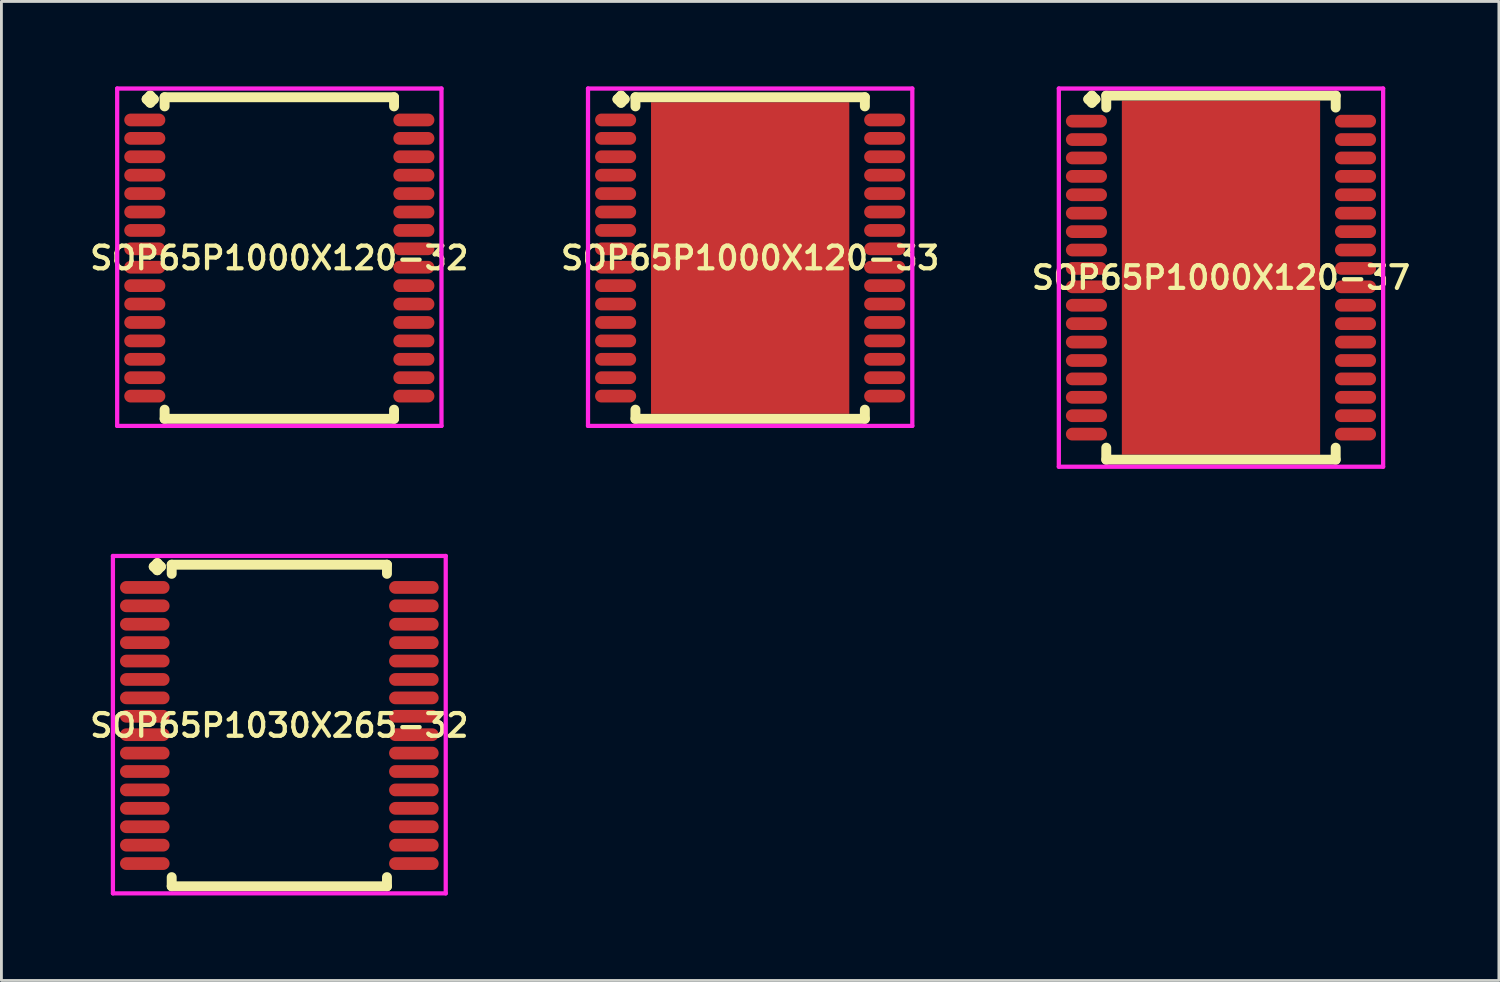
<source format=kicad_pcb>
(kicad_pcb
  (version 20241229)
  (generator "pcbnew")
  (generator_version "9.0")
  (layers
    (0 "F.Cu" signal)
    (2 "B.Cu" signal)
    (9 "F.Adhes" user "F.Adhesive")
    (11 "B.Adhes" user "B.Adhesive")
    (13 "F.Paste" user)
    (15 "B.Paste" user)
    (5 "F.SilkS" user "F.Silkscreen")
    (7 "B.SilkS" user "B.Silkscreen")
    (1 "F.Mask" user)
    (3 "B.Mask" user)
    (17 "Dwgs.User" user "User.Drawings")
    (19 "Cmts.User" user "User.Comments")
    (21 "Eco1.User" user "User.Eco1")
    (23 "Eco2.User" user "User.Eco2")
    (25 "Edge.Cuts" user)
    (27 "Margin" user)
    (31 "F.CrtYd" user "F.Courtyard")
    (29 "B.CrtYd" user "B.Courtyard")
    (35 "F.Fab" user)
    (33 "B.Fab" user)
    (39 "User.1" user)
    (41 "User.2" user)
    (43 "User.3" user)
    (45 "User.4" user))
  (footprint "SOP65P1030X265-32"
    (layer "F.Cu")
    (at 6.812 22.564)
    (property "Reference" "SOP65P1030X265-32" (at 0 0 0) (layer "F.SilkS") (effects (font (size 0.8 0.8) (thickness 0.15))))
    (attr smd)
    (fp_line (start -4.435 -5.608) (end -4.308 -5.735) (stroke (width 0.35) (type solid)) (layer "F.SilkS"))
    (fp_line (start -4.308 -5.735) (end -4.181 -5.608) (stroke (width 0.35) (type solid)) (layer "F.SilkS"))
    (fp_line (start -4.308 -5.481) (end -4.435 -5.608) (stroke (width 0.35) (type solid)) (layer "F.SilkS"))
    (fp_line (start -4.181 -5.608) (end -4.308 -5.481) (stroke (width 0.35) (type solid)) (layer "F.SilkS"))
    (fp_line (start -3.8 -5.677) (end 3.8 -5.677) (stroke (width 0.35) (type solid)) (layer "F.SilkS"))
    (fp_line (start -3.8 -5.354) (end -3.8 -5.677) (stroke (width 0.35) (type solid)) (layer "F.SilkS"))
    (fp_line (start -3.8 5.354) (end -3.8 5.677) (stroke (width 0.35) (type solid)) (layer "F.SilkS"))
    (fp_line (start -3.8 5.677) (end 3.8 5.677) (stroke (width 0.35) (type solid)) (layer "F.SilkS"))
    (fp_line (start 3.8 -5.677) (end 3.8 -5.354) (stroke (width 0.35) (type solid)) (layer "F.SilkS"))
    (fp_line (start 3.8 5.677) (end 3.8 5.354) (stroke (width 0.35) (type solid)) (layer "F.SilkS"))
    (fp_line (start -5.875 -5.985) (end 5.875 -5.985) (stroke (width 0.15) (type solid)) (layer "F.CrtYd"))
    (fp_line (start -5.875 5.927) (end -5.875 -5.985) (stroke (width 0.15) (type solid)) (layer "F.CrtYd"))
    (fp_line (start 5.875 -5.985) (end 5.875 5.927) (stroke (width 0.15) (type solid)) (layer "F.CrtYd"))
    (fp_line (start 5.875 5.927) (end -5.875 5.927) (stroke (width 0.15) (type solid)) (layer "F.CrtYd"))
    (pad "1" smd oval (at -4.75 -4.875) (size 1.75 0.45) (layers "F.Cu" "F.Mask" "F.Paste"))
    (pad "2" smd oval (at -4.75 -4.225) (size 1.75 0.45) (layers "F.Cu" "F.Mask" "F.Paste"))
    (pad "3" smd oval (at -4.75 -3.575) (size 1.75 0.45) (layers "F.Cu" "F.Mask" "F.Paste"))
    (pad "4" smd oval (at -4.75 -2.925) (size 1.75 0.45) (layers "F.Cu" "F.Mask" "F.Paste"))
    (pad "5" smd oval (at -4.75 -2.275) (size 1.75 0.45) (layers "F.Cu" "F.Mask" "F.Paste"))
    (pad "6" smd oval (at -4.75 -1.625) (size 1.75 0.45) (layers "F.Cu" "F.Mask" "F.Paste"))
    (pad "7" smd oval (at -4.75 -0.975) (size 1.75 0.45) (layers "F.Cu" "F.Mask" "F.Paste"))
    (pad "8" smd oval (at -4.75 -0.325) (size 1.75 0.45) (layers "F.Cu" "F.Mask" "F.Paste"))
    (pad "9" smd oval (at -4.75 0.325) (size 1.75 0.45) (layers "F.Cu" "F.Mask" "F.Paste"))
    (pad "10" smd oval (at -4.75 0.975) (size 1.75 0.45) (layers "F.Cu" "F.Mask" "F.Paste"))
    (pad "11" smd oval (at -4.75 1.625) (size 1.75 0.45) (layers "F.Cu" "F.Mask" "F.Paste"))
    (pad "12" smd oval (at -4.75 2.275) (size 1.75 0.45) (layers "F.Cu" "F.Mask" "F.Paste"))
    (pad "13" smd oval (at -4.75 2.925) (size 1.75 0.45) (layers "F.Cu" "F.Mask" "F.Paste"))
    (pad "14" smd oval (at -4.75 3.575) (size 1.75 0.45) (layers "F.Cu" "F.Mask" "F.Paste"))
    (pad "15" smd oval (at -4.75 4.225) (size 1.75 0.45) (layers "F.Cu" "F.Mask" "F.Paste"))
    (pad "16" smd oval (at -4.75 4.875) (size 1.75 0.45) (layers "F.Cu" "F.Mask" "F.Paste"))
    (pad "17" smd oval (at 4.75 4.875) (size 1.75 0.45) (layers "F.Cu" "F.Mask" "F.Paste"))
    (pad "18" smd oval (at 4.75 4.225) (size 1.75 0.45) (layers "F.Cu" "F.Mask" "F.Paste"))
    (pad "19" smd oval (at 4.75 3.575) (size 1.75 0.45) (layers "F.Cu" "F.Mask" "F.Paste"))
    (pad "20" smd oval (at 4.75 2.925) (size 1.75 0.45) (layers "F.Cu" "F.Mask" "F.Paste"))
    (pad "21" smd oval (at 4.75 2.275) (size 1.75 0.45) (layers "F.Cu" "F.Mask" "F.Paste"))
    (pad "22" smd oval (at 4.75 1.625) (size 1.75 0.45) (layers "F.Cu" "F.Mask" "F.Paste"))
    (pad "23" smd oval (at 4.75 0.975) (size 1.75 0.45) (layers "F.Cu" "F.Mask" "F.Paste"))
    (pad "24" smd oval (at 4.75 0.325) (size 1.75 0.45) (layers "F.Cu" "F.Mask" "F.Paste"))
    (pad "25" smd oval (at 4.75 -0.325) (size 1.75 0.45) (layers "F.Cu" "F.Mask" "F.Paste"))
    (pad "26" smd oval (at 4.75 -0.975) (size 1.75 0.45) (layers "F.Cu" "F.Mask" "F.Paste"))
    (pad "27" smd oval (at 4.75 -1.625) (size 1.75 0.45) (layers "F.Cu" "F.Mask" "F.Paste"))
    (pad "28" smd oval (at 4.75 -2.275) (size 1.75 0.45) (layers "F.Cu" "F.Mask" "F.Paste"))
    (pad "29" smd oval (at 4.75 -2.925) (size 1.75 0.45) (layers "F.Cu" "F.Mask" "F.Paste"))
    (pad "30" smd oval (at 4.75 -3.575) (size 1.75 0.45) (layers "F.Cu" "F.Mask" "F.Paste"))
    (pad "31" smd oval (at 4.75 -4.225) (size 1.75 0.45) (layers "F.Cu" "F.Mask" "F.Paste"))
    (pad "32" smd oval (at 4.75 -4.875) (size 1.75 0.45) (layers "F.Cu" "F.Mask" "F.Paste")))
  (footprint "SOP65P1000X120-33"
    (layer "F.Cu")
    (at 23.435 6.06)
    (property "Reference" "SOP65P1000X120-33" (at 0 0 0) (layer "F.SilkS") (effects (font (size 0.8 0.8) (thickness 0.15))))
    (attr smd)
    (fp_line (start -4.685 -5.608) (end -4.558 -5.735) (stroke (width 0.35) (type solid)) (layer "F.SilkS"))
    (fp_line (start -4.558 -5.735) (end -4.431 -5.608) (stroke (width 0.35) (type solid)) (layer "F.SilkS"))
    (fp_line (start -4.558 -5.481) (end -4.685 -5.608) (stroke (width 0.35) (type solid)) (layer "F.SilkS"))
    (fp_line (start -4.431 -5.608) (end -4.558 -5.481) (stroke (width 0.35) (type solid)) (layer "F.SilkS"))
    (fp_line (start -4.05 -5.677) (end 4.05 -5.677) (stroke (width 0.35) (type solid)) (layer "F.SilkS"))
    (fp_line (start -4.05 -5.354) (end -4.05 -5.677) (stroke (width 0.35) (type solid)) (layer "F.SilkS"))
    (fp_line (start -4.05 5.354) (end -4.05 5.677) (stroke (width 0.35) (type solid)) (layer "F.SilkS"))
    (fp_line (start -4.05 5.677) (end 4.05 5.677) (stroke (width 0.35) (type solid)) (layer "F.SilkS"))
    (fp_line (start 4.05 -5.677) (end 4.05 -5.354) (stroke (width 0.35) (type solid)) (layer "F.SilkS"))
    (fp_line (start 4.05 5.677) (end 4.05 5.354) (stroke (width 0.35) (type solid)) (layer "F.SilkS"))
    (fp_line (start -5.725 -5.985) (end 5.725 -5.985) (stroke (width 0.15) (type solid)) (layer "F.CrtYd"))
    (fp_line (start -5.725 5.927) (end -5.725 -5.985) (stroke (width 0.15) (type solid)) (layer "F.CrtYd"))
    (fp_line (start 5.725 -5.985) (end 5.725 5.927) (stroke (width 0.15) (type solid)) (layer "F.CrtYd"))
    (fp_line (start 5.725 5.927) (end -5.725 5.927) (stroke (width 0.15) (type solid)) (layer "F.CrtYd"))
    (pad "1" smd oval (at -4.75 -4.875) (size 1.45 0.45) (layers "F.Cu" "F.Mask" "F.Paste"))
    (pad "2" smd oval (at -4.75 -4.225) (size 1.45 0.45) (layers "F.Cu" "F.Mask" "F.Paste"))
    (pad "3" smd oval (at -4.75 -3.575) (size 1.45 0.45) (layers "F.Cu" "F.Mask" "F.Paste"))
    (pad "4" smd oval (at -4.75 -2.925) (size 1.45 0.45) (layers "F.Cu" "F.Mask" "F.Paste"))
    (pad "5" smd oval (at -4.75 -2.275) (size 1.45 0.45) (layers "F.Cu" "F.Mask" "F.Paste"))
    (pad "6" smd oval (at -4.75 -1.625) (size 1.45 0.45) (layers "F.Cu" "F.Mask" "F.Paste"))
    (pad "7" smd oval (at -4.75 -0.975) (size 1.45 0.45) (layers "F.Cu" "F.Mask" "F.Paste"))
    (pad "8" smd oval (at -4.75 -0.325) (size 1.45 0.45) (layers "F.Cu" "F.Mask" "F.Paste"))
    (pad "9" smd oval (at -4.75 0.325) (size 1.45 0.45) (layers "F.Cu" "F.Mask" "F.Paste"))
    (pad "10" smd oval (at -4.75 0.975) (size 1.45 0.45) (layers "F.Cu" "F.Mask" "F.Paste"))
    (pad "11" smd oval (at -4.75 1.625) (size 1.45 0.45) (layers "F.Cu" "F.Mask" "F.Paste"))
    (pad "12" smd oval (at -4.75 2.275) (size 1.45 0.45) (layers "F.Cu" "F.Mask" "F.Paste"))
    (pad "13" smd oval (at -4.75 2.925) (size 1.45 0.45) (layers "F.Cu" "F.Mask" "F.Paste"))
    (pad "14" smd oval (at -4.75 3.575) (size 1.45 0.45) (layers "F.Cu" "F.Mask" "F.Paste"))
    (pad "15" smd oval (at -4.75 4.225) (size 1.45 0.45) (layers "F.Cu" "F.Mask" "F.Paste"))
    (pad "16" smd oval (at -4.75 4.875) (size 1.45 0.45) (layers "F.Cu" "F.Mask" "F.Paste"))
    (pad "17" smd oval (at 4.75 4.875) (size 1.45 0.45) (layers "F.Cu" "F.Mask" "F.Paste"))
    (pad "18" smd oval (at 4.75 4.225) (size 1.45 0.45) (layers "F.Cu" "F.Mask" "F.Paste"))
    (pad "19" smd oval (at 4.75 3.575) (size 1.45 0.45) (layers "F.Cu" "F.Mask" "F.Paste"))
    (pad "20" smd oval (at 4.75 2.925) (size 1.45 0.45) (layers "F.Cu" "F.Mask" "F.Paste"))
    (pad "21" smd oval (at 4.75 2.275) (size 1.45 0.45) (layers "F.Cu" "F.Mask" "F.Paste"))
    (pad "22" smd oval (at 4.75 1.625) (size 1.45 0.45) (layers "F.Cu" "F.Mask" "F.Paste"))
    (pad "23" smd oval (at 4.75 0.975) (size 1.45 0.45) (layers "F.Cu" "F.Mask" "F.Paste"))
    (pad "24" smd oval (at 4.75 0.325) (size 1.45 0.45) (layers "F.Cu" "F.Mask" "F.Paste"))
    (pad "25" smd oval (at 4.75 -0.325) (size 1.45 0.45) (layers "F.Cu" "F.Mask" "F.Paste"))
    (pad "26" smd oval (at 4.75 -0.975) (size 1.45 0.45) (layers "F.Cu" "F.Mask" "F.Paste"))
    (pad "27" smd oval (at 4.75 -1.625) (size 1.45 0.45) (layers "F.Cu" "F.Mask" "F.Paste"))
    (pad "28" smd oval (at 4.75 -2.275) (size 1.45 0.45) (layers "F.Cu" "F.Mask" "F.Paste"))
    (pad "29" smd oval (at 4.75 -2.925) (size 1.45 0.45) (layers "F.Cu" "F.Mask" "F.Paste"))
    (pad "30" smd oval (at 4.75 -3.575) (size 1.45 0.45) (layers "F.Cu" "F.Mask" "F.Paste"))
    (pad "31" smd oval (at 4.75 -4.225) (size 1.45 0.45) (layers "F.Cu" "F.Mask" "F.Paste"))
    (pad "32" smd oval (at 4.75 -4.875) (size 1.45 0.45) (layers "F.Cu" "F.Mask" "F.Paste"))
    (pad "33" smd rect (at 0 0) (size 7 11) (layers "F.Cu" "F.Mask" "F.Paste")))
  (footprint "SOP65P1000X120-37"
    (layer "F.Cu")
    (at 40.058 6.752)
    (property "Reference" "SOP65P1000X120-37" (at 0 0 0) (layer "F.SilkS") (effects (font (size 0.8 0.8) (thickness 0.15))))
    (attr smd)
    (fp_line (start -4.685 -6.3) (end -4.558 -6.427) (stroke (width 0.35) (type solid)) (layer "F.SilkS"))
    (fp_line (start -4.558 -6.427) (end -4.431 -6.3) (stroke (width 0.35) (type solid)) (layer "F.SilkS"))
    (fp_line (start -4.558 -6.173) (end -4.685 -6.3) (stroke (width 0.35) (type solid)) (layer "F.SilkS"))
    (fp_line (start -4.431 -6.3) (end -4.558 -6.173) (stroke (width 0.35) (type solid)) (layer "F.SilkS"))
    (fp_line (start -4.05 -6.427) (end 4.05 -6.427) (stroke (width 0.35) (type solid)) (layer "F.SilkS"))
    (fp_line (start -4.05 -6.004) (end -4.05 -6.427) (stroke (width 0.35) (type solid)) (layer "F.SilkS"))
    (fp_line (start -4.05 6.004) (end -4.05 6.427) (stroke (width 0.35) (type solid)) (layer "F.SilkS"))
    (fp_line (start -4.05 6.427) (end 4.05 6.427) (stroke (width 0.35) (type solid)) (layer "F.SilkS"))
    (fp_line (start 4.05 -6.427) (end 4.05 -6.004) (stroke (width 0.35) (type solid)) (layer "F.SilkS"))
    (fp_line (start 4.05 6.427) (end 4.05 6.004) (stroke (width 0.35) (type solid)) (layer "F.SilkS"))
    (fp_line (start -5.725 -6.677) (end 5.725 -6.677) (stroke (width 0.15) (type solid)) (layer "F.CrtYd"))
    (fp_line (start -5.725 6.677) (end -5.725 -6.677) (stroke (width 0.15) (type solid)) (layer "F.CrtYd"))
    (fp_line (start 5.725 -6.677) (end 5.725 6.677) (stroke (width 0.15) (type solid)) (layer "F.CrtYd"))
    (fp_line (start 5.725 6.677) (end -5.725 6.677) (stroke (width 0.15) (type solid)) (layer "F.CrtYd"))
    (pad "1" smd oval (at -4.75 -5.525) (size 1.45 0.45) (layers "F.Cu" "F.Mask" "F.Paste"))
    (pad "2" smd oval (at -4.75 -4.875) (size 1.45 0.45) (layers "F.Cu" "F.Mask" "F.Paste"))
    (pad "3" smd oval (at -4.75 -4.225) (size 1.45 0.45) (layers "F.Cu" "F.Mask" "F.Paste"))
    (pad "4" smd oval (at -4.75 -3.575) (size 1.45 0.45) (layers "F.Cu" "F.Mask" "F.Paste"))
    (pad "5" smd oval (at -4.75 -2.925) (size 1.45 0.45) (layers "F.Cu" "F.Mask" "F.Paste"))
    (pad "6" smd oval (at -4.75 -2.275) (size 1.45 0.45) (layers "F.Cu" "F.Mask" "F.Paste"))
    (pad "7" smd oval (at -4.75 -1.625) (size 1.45 0.45) (layers "F.Cu" "F.Mask" "F.Paste"))
    (pad "8" smd oval (at -4.75 -0.975) (size 1.45 0.45) (layers "F.Cu" "F.Mask" "F.Paste"))
    (pad "9" smd oval (at -4.75 -0.325) (size 1.45 0.45) (layers "F.Cu" "F.Mask" "F.Paste"))
    (pad "10" smd oval (at -4.75 0.325) (size 1.45 0.45) (layers "F.Cu" "F.Mask" "F.Paste"))
    (pad "11" smd oval (at -4.75 0.975) (size 1.45 0.45) (layers "F.Cu" "F.Mask" "F.Paste"))
    (pad "12" smd oval (at -4.75 1.625) (size 1.45 0.45) (layers "F.Cu" "F.Mask" "F.Paste"))
    (pad "13" smd oval (at -4.75 2.275) (size 1.45 0.45) (layers "F.Cu" "F.Mask" "F.Paste"))
    (pad "14" smd oval (at -4.75 2.925) (size 1.45 0.45) (layers "F.Cu" "F.Mask" "F.Paste"))
    (pad "15" smd oval (at -4.75 3.575) (size 1.45 0.45) (layers "F.Cu" "F.Mask" "F.Paste"))
    (pad "16" smd oval (at -4.75 4.225) (size 1.45 0.45) (layers "F.Cu" "F.Mask" "F.Paste"))
    (pad "17" smd oval (at -4.75 4.875) (size 1.45 0.45) (layers "F.Cu" "F.Mask" "F.Paste"))
    (pad "18" smd oval (at -4.75 5.525) (size 1.45 0.45) (layers "F.Cu" "F.Mask" "F.Paste"))
    (pad "19" smd oval (at 4.75 5.525) (size 1.45 0.45) (layers "F.Cu" "F.Mask" "F.Paste"))
    (pad "20" smd oval (at 4.75 4.875) (size 1.45 0.45) (layers "F.Cu" "F.Mask" "F.Paste"))
    (pad "21" smd oval (at 4.75 4.225) (size 1.45 0.45) (layers "F.Cu" "F.Mask" "F.Paste"))
    (pad "22" smd oval (at 4.75 3.575) (size 1.45 0.45) (layers "F.Cu" "F.Mask" "F.Paste"))
    (pad "23" smd oval (at 4.75 2.925) (size 1.45 0.45) (layers "F.Cu" "F.Mask" "F.Paste"))
    (pad "24" smd oval (at 4.75 2.275) (size 1.45 0.45) (layers "F.Cu" "F.Mask" "F.Paste"))
    (pad "25" smd oval (at 4.75 1.625) (size 1.45 0.45) (layers "F.Cu" "F.Mask" "F.Paste"))
    (pad "26" smd oval (at 4.75 0.975) (size 1.45 0.45) (layers "F.Cu" "F.Mask" "F.Paste"))
    (pad "27" smd oval (at 4.75 0.325) (size 1.45 0.45) (layers "F.Cu" "F.Mask" "F.Paste"))
    (pad "28" smd oval (at 4.75 -0.325) (size 1.45 0.45) (layers "F.Cu" "F.Mask" "F.Paste"))
    (pad "29" smd oval (at 4.75 -0.975) (size 1.45 0.45) (layers "F.Cu" "F.Mask" "F.Paste"))
    (pad "30" smd oval (at 4.75 -1.625) (size 1.45 0.45) (layers "F.Cu" "F.Mask" "F.Paste"))
    (pad "31" smd oval (at 4.75 -2.275) (size 1.45 0.45) (layers "F.Cu" "F.Mask" "F.Paste"))
    (pad "32" smd oval (at 4.75 -2.925) (size 1.45 0.45) (layers "F.Cu" "F.Mask" "F.Paste"))
    (pad "33" smd oval (at 4.75 -3.575) (size 1.45 0.45) (layers "F.Cu" "F.Mask" "F.Paste"))
    (pad "34" smd oval (at 4.75 -4.225) (size 1.45 0.45) (layers "F.Cu" "F.Mask" "F.Paste"))
    (pad "35" smd oval (at 4.75 -4.875) (size 1.45 0.45) (layers "F.Cu" "F.Mask" "F.Paste"))
    (pad "36" smd oval (at 4.75 -5.525) (size 1.45 0.45) (layers "F.Cu" "F.Mask" "F.Paste"))
    (pad "37" smd rect (at 0 0) (size 7 12.5) (layers "F.Cu" "F.Mask" "F.Paste")))
  (footprint "SOP65P1000X120-32"
    (layer "F.Cu")
    (at 6.812 6.06)
    (property "Reference" "SOP65P1000X120-32" (at 0 0 0) (layer "F.SilkS") (effects (font (size 0.8 0.8) (thickness 0.15))))
    (attr smd)
    (fp_line (start -4.685 -5.608) (end -4.558 -5.735) (stroke (width 0.35) (type solid)) (layer "F.SilkS"))
    (fp_line (start -4.558 -5.735) (end -4.431 -5.608) (stroke (width 0.35) (type solid)) (layer "F.SilkS"))
    (fp_line (start -4.558 -5.481) (end -4.685 -5.608) (stroke (width 0.35) (type solid)) (layer "F.SilkS"))
    (fp_line (start -4.431 -5.608) (end -4.558 -5.481) (stroke (width 0.35) (type solid)) (layer "F.SilkS"))
    (fp_line (start -4.05 -5.677) (end 4.05 -5.677) (stroke (width 0.35) (type solid)) (layer "F.SilkS"))
    (fp_line (start -4.05 -5.354) (end -4.05 -5.677) (stroke (width 0.35) (type solid)) (layer "F.SilkS"))
    (fp_line (start -4.05 5.354) (end -4.05 5.677) (stroke (width 0.35) (type solid)) (layer "F.SilkS"))
    (fp_line (start -4.05 5.677) (end 4.05 5.677) (stroke (width 0.35) (type solid)) (layer "F.SilkS"))
    (fp_line (start 4.05 -5.677) (end 4.05 -5.354) (stroke (width 0.35) (type solid)) (layer "F.SilkS"))
    (fp_line (start 4.05 5.677) (end 4.05 5.354) (stroke (width 0.35) (type solid)) (layer "F.SilkS"))
    (fp_line (start -5.725 -5.985) (end 5.725 -5.985) (stroke (width 0.15) (type solid)) (layer "F.CrtYd"))
    (fp_line (start -5.725 5.927) (end -5.725 -5.985) (stroke (width 0.15) (type solid)) (layer "F.CrtYd"))
    (fp_line (start 5.725 -5.985) (end 5.725 5.927) (stroke (width 0.15) (type solid)) (layer "F.CrtYd"))
    (fp_line (start 5.725 5.927) (end -5.725 5.927) (stroke (width 0.15) (type solid)) (layer "F.CrtYd"))
    (pad "1" smd oval (at -4.75 -4.875) (size 1.45 0.45) (layers "F.Cu" "F.Mask" "F.Paste"))
    (pad "2" smd oval (at -4.75 -4.225) (size 1.45 0.45) (layers "F.Cu" "F.Mask" "F.Paste"))
    (pad "3" smd oval (at -4.75 -3.575) (size 1.45 0.45) (layers "F.Cu" "F.Mask" "F.Paste"))
    (pad "4" smd oval (at -4.75 -2.925) (size 1.45 0.45) (layers "F.Cu" "F.Mask" "F.Paste"))
    (pad "5" smd oval (at -4.75 -2.275) (size 1.45 0.45) (layers "F.Cu" "F.Mask" "F.Paste"))
    (pad "6" smd oval (at -4.75 -1.625) (size 1.45 0.45) (layers "F.Cu" "F.Mask" "F.Paste"))
    (pad "7" smd oval (at -4.75 -0.975) (size 1.45 0.45) (layers "F.Cu" "F.Mask" "F.Paste"))
    (pad "8" smd oval (at -4.75 -0.325) (size 1.45 0.45) (layers "F.Cu" "F.Mask" "F.Paste"))
    (pad "9" smd oval (at -4.75 0.325) (size 1.45 0.45) (layers "F.Cu" "F.Mask" "F.Paste"))
    (pad "10" smd oval (at -4.75 0.975) (size 1.45 0.45) (layers "F.Cu" "F.Mask" "F.Paste"))
    (pad "11" smd oval (at -4.75 1.625) (size 1.45 0.45) (layers "F.Cu" "F.Mask" "F.Paste"))
    (pad "12" smd oval (at -4.75 2.275) (size 1.45 0.45) (layers "F.Cu" "F.Mask" "F.Paste"))
    (pad "13" smd oval (at -4.75 2.925) (size 1.45 0.45) (layers "F.Cu" "F.Mask" "F.Paste"))
    (pad "14" smd oval (at -4.75 3.575) (size 1.45 0.45) (layers "F.Cu" "F.Mask" "F.Paste"))
    (pad "15" smd oval (at -4.75 4.225) (size 1.45 0.45) (layers "F.Cu" "F.Mask" "F.Paste"))
    (pad "16" smd oval (at -4.75 4.875) (size 1.45 0.45) (layers "F.Cu" "F.Mask" "F.Paste"))
    (pad "17" smd oval (at 4.75 4.875) (size 1.45 0.45) (layers "F.Cu" "F.Mask" "F.Paste"))
    (pad "18" smd oval (at 4.75 4.225) (size 1.45 0.45) (layers "F.Cu" "F.Mask" "F.Paste"))
    (pad "19" smd oval (at 4.75 3.575) (size 1.45 0.45) (layers "F.Cu" "F.Mask" "F.Paste"))
    (pad "20" smd oval (at 4.75 2.925) (size 1.45 0.45) (layers "F.Cu" "F.Mask" "F.Paste"))
    (pad "21" smd oval (at 4.75 2.275) (size 1.45 0.45) (layers "F.Cu" "F.Mask" "F.Paste"))
    (pad "22" smd oval (at 4.75 1.625) (size 1.45 0.45) (layers "F.Cu" "F.Mask" "F.Paste"))
    (pad "23" smd oval (at 4.75 0.975) (size 1.45 0.45) (layers "F.Cu" "F.Mask" "F.Paste"))
    (pad "24" smd oval (at 4.75 0.325) (size 1.45 0.45) (layers "F.Cu" "F.Mask" "F.Paste"))
    (pad "25" smd oval (at 4.75 -0.325) (size 1.45 0.45) (layers "F.Cu" "F.Mask" "F.Paste"))
    (pad "26" smd oval (at 4.75 -0.975) (size 1.45 0.45) (layers "F.Cu" "F.Mask" "F.Paste"))
    (pad "27" smd oval (at 4.75 -1.625) (size 1.45 0.45) (layers "F.Cu" "F.Mask" "F.Paste"))
    (pad "28" smd oval (at 4.75 -2.275) (size 1.45 0.45) (layers "F.Cu" "F.Mask" "F.Paste"))
    (pad "29" smd oval (at 4.75 -2.925) (size 1.45 0.45) (layers "F.Cu" "F.Mask" "F.Paste"))
    (pad "30" smd oval (at 4.75 -3.575) (size 1.45 0.45) (layers "F.Cu" "F.Mask" "F.Paste"))
    (pad "31" smd oval (at 4.75 -4.225) (size 1.45 0.45) (layers "F.Cu" "F.Mask" "F.Paste"))
    (pad "32" smd oval (at 4.75 -4.875) (size 1.45 0.45) (layers "F.Cu" "F.Mask" "F.Paste")))
  (gr_rect
    (start -3 -3)
    (end 49.87 31.566)
    (stroke (width 0.1) (type default))
    (fill no)
    (layer "Edge.Cuts")))
</source>
